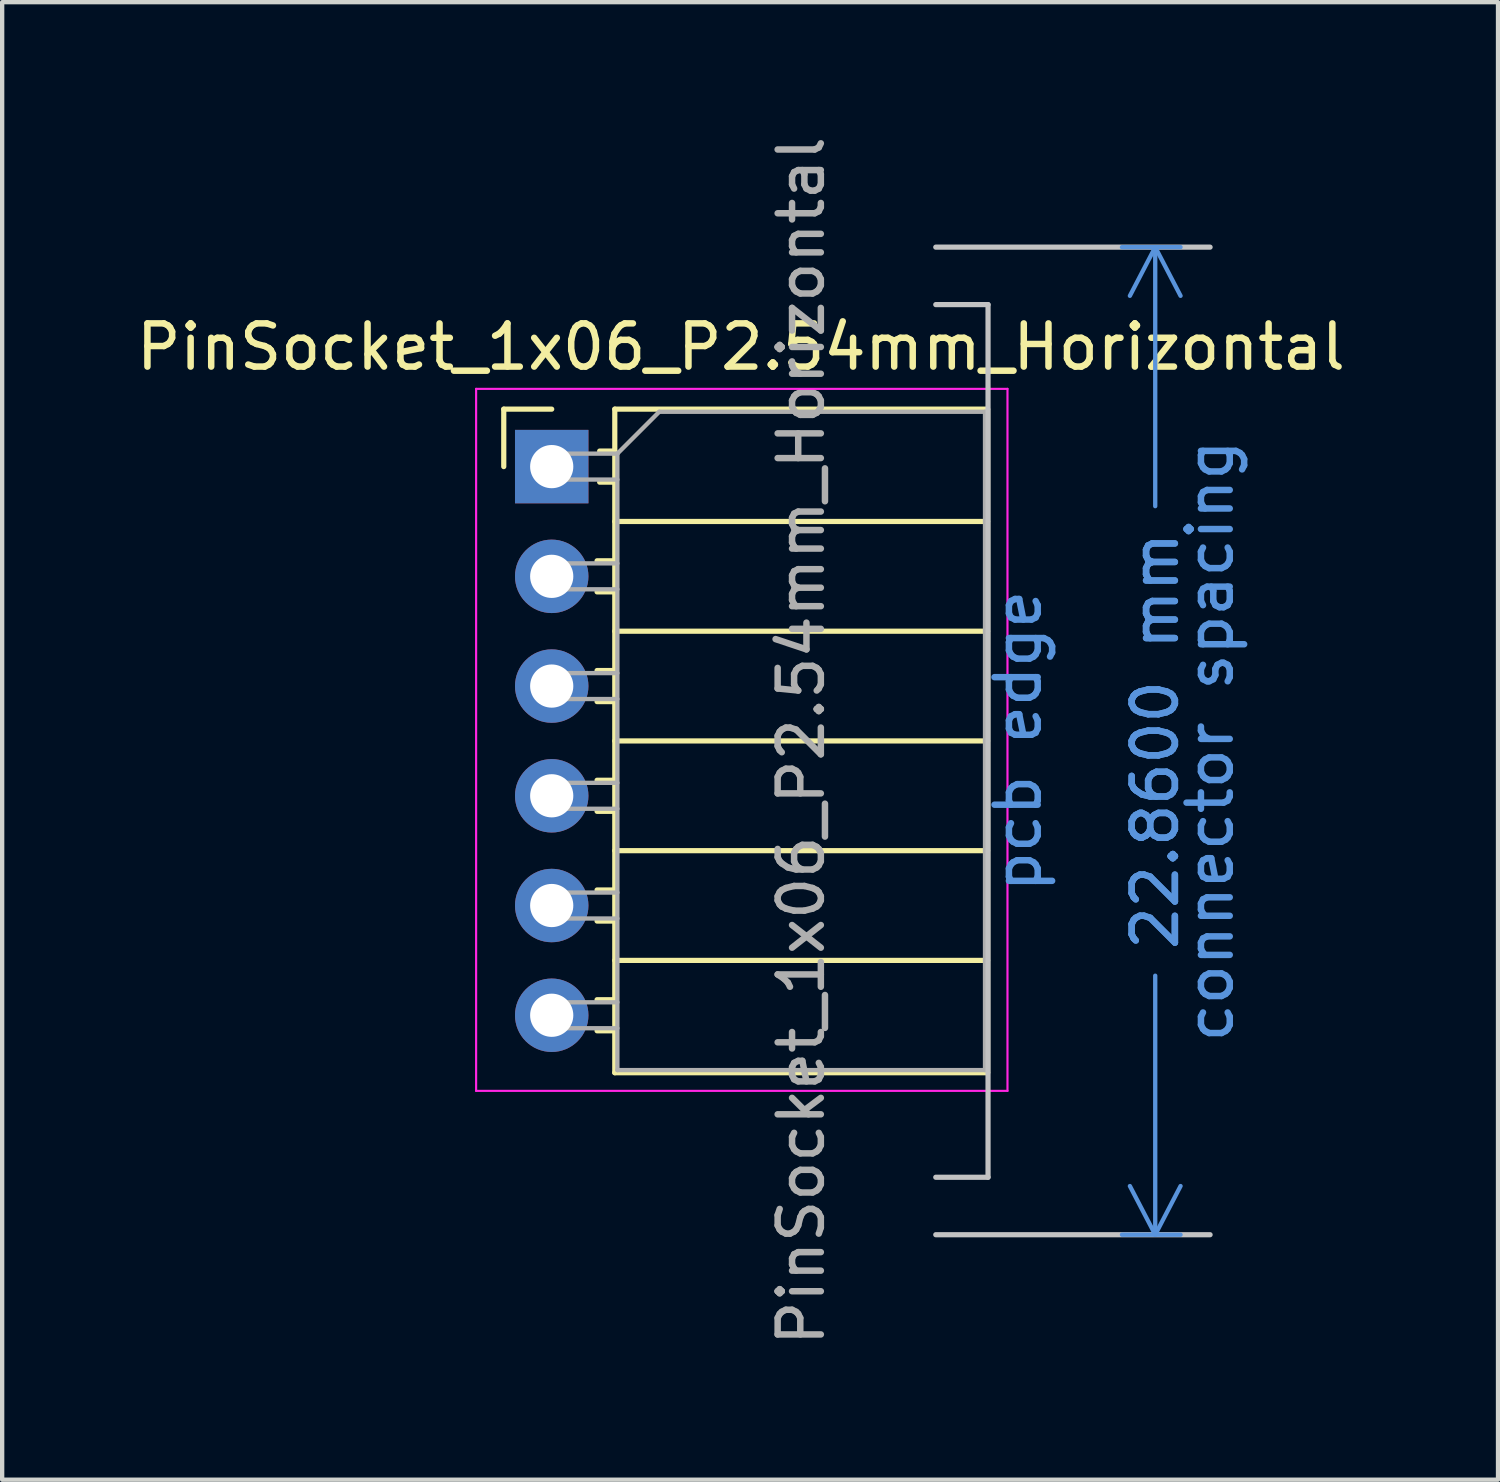
<source format=kicad_pcb>
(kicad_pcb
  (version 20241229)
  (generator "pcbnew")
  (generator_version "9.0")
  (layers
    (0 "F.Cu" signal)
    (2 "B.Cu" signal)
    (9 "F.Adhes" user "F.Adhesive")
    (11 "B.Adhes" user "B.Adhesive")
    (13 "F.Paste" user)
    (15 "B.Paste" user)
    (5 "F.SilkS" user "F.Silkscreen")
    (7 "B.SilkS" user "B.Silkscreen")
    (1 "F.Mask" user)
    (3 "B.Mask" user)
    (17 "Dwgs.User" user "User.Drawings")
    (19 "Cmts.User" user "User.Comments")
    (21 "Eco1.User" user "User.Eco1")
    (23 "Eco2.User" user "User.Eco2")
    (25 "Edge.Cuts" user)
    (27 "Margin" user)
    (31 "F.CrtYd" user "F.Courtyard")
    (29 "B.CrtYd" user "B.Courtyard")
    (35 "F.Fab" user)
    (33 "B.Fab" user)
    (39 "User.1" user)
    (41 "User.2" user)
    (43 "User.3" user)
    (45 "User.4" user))
  (footprint "PinSocket_1x06_P2.54mm_Horizontal"
    (layer "F.Cu")
    (at 9.721 7.751)
    (property "Reference" "PinSocket_1x06_P2.54mm_Horizontal" (at 4.38 -2.77 0) (layer "F.SilkS") (effects (font (size 1 1) (thickness 0.15))))
    (attr through_hole)
    (fp_line (start -1.11 -1.33) (end -1.11 0) (stroke (width 0.12) (type solid)) (layer "F.SilkS"))
    (fp_line (start 0 -1.33) (end -1.11 -1.33) (stroke (width 0.12) (type solid)) (layer "F.SilkS"))
    (fp_line (start 1.46 -1.33) (end 1.46 14.03) (stroke (width 0.12) (type solid)) (layer "F.SilkS"))
    (fp_line (start 1.46 -0.36) (end 1.11 -0.36) (stroke (width 0.12) (type solid)) (layer "F.SilkS"))
    (fp_line (start 1.46 0.36) (end 1.11 0.36) (stroke (width 0.12) (type solid)) (layer "F.SilkS"))
    (fp_line (start 1.46 2.18) (end 1.05 2.18) (stroke (width 0.12) (type solid)) (layer "F.SilkS"))
    (fp_line (start 1.46 2.9) (end 1.05 2.9) (stroke (width 0.12) (type solid)) (layer "F.SilkS"))
    (fp_line (start 1.46 4.72) (end 1.05 4.72) (stroke (width 0.12) (type solid)) (layer "F.SilkS"))
    (fp_line (start 1.46 5.44) (end 1.05 5.44) (stroke (width 0.12) (type solid)) (layer "F.SilkS"))
    (fp_line (start 1.46 7.26) (end 1.05 7.26) (stroke (width 0.12) (type solid)) (layer "F.SilkS"))
    (fp_line (start 1.46 7.98) (end 1.05 7.98) (stroke (width 0.12) (type solid)) (layer "F.SilkS"))
    (fp_line (start 1.46 9.8) (end 1.05 9.8) (stroke (width 0.12) (type solid)) (layer "F.SilkS"))
    (fp_line (start 1.46 10.52) (end 1.05 10.52) (stroke (width 0.12) (type solid)) (layer "F.SilkS"))
    (fp_line (start 1.46 12.34) (end 1.05 12.34) (stroke (width 0.12) (type solid)) (layer "F.SilkS"))
    (fp_line (start 1.46 13.06) (end 1.05 13.06) (stroke (width 0.12) (type solid)) (layer "F.SilkS"))
    (fp_line (start 10.09 -1.33) (end 1.46 -1.33) (stroke (width 0.12) (type solid)) (layer "F.SilkS"))
    (fp_line (start 10.09 -1.33) (end 10.09 14.03) (stroke (width 0.12) (type solid)) (layer "F.SilkS"))
    (fp_line (start 10.09 1.27) (end 1.46 1.27) (stroke (width 0.12) (type solid)) (layer "F.SilkS"))
    (fp_line (start 10.09 3.81) (end 1.46 3.81) (stroke (width 0.12) (type solid)) (layer "F.SilkS"))
    (fp_line (start 10.09 6.35) (end 1.46 6.35) (stroke (width 0.12) (type solid)) (layer "F.SilkS"))
    (fp_line (start 10.09 8.89) (end 1.46 8.89) (stroke (width 0.12) (type solid)) (layer "F.SilkS"))
    (fp_line (start 10.09 11.43) (end 1.46 11.43) (stroke (width 0.12) (type solid)) (layer "F.SilkS"))
    (fp_line (start 10.09 14.03) (end 1.46 14.03) (stroke (width 0.12) (type solid)) (layer "F.SilkS"))
    (fp_line (start 8.89 -5.08) (end 15.24 -5.08) (stroke (width 0.12) (type default)) (layer "Dwgs.User"))
    (fp_line (start 8.89 16.45) (end 10.1 16.45) (stroke (width 0.12) (type default)) (layer "Dwgs.User"))
    (fp_line (start 8.89 17.78) (end 15.24 17.78) (stroke (width 0.12) (type default)) (layer "Dwgs.User"))
    (fp_line (start 10.1 -3.75) (end 8.89 -3.75) (stroke (width 0.12) (type default)) (layer "Dwgs.User"))
    (fp_line (start 10.1 -3.75) (end 10.1 16.45) (stroke (width 0.12) (type default)) (layer "Dwgs.User"))
    (fp_line (start -1.75 -1.8) (end 10.55 -1.8) (stroke (width 0.05) (type solid)) (layer "F.CrtYd"))
    (fp_line (start -1.75 14.45) (end -1.75 -1.8) (stroke (width 0.05) (type solid)) (layer "F.CrtYd"))
    (fp_line (start 10.55 -1.8) (end 10.55 14.45) (stroke (width 0.05) (type solid)) (layer "F.CrtYd"))
    (fp_line (start 10.55 14.45) (end -1.75 14.45) (stroke (width 0.05) (type solid)) (layer "F.CrtYd"))
    (fp_line (start 0 -0.3) (end 1.52 -0.3) (stroke (width 0.1) (type solid)) (layer "F.Fab"))
    (fp_line (start 0 0.3) (end 0 -0.3) (stroke (width 0.1) (type solid)) (layer "F.Fab"))
    (fp_line (start 0 2.24) (end 1.52 2.24) (stroke (width 0.1) (type solid)) (layer "F.Fab"))
    (fp_line (start 0 2.84) (end 0 2.24) (stroke (width 0.1) (type solid)) (layer "F.Fab"))
    (fp_line (start 0 4.78) (end 1.52 4.78) (stroke (width 0.1) (type solid)) (layer "F.Fab"))
    (fp_line (start 0 5.38) (end 0 4.78) (stroke (width 0.1) (type solid)) (layer "F.Fab"))
    (fp_line (start 0 7.32) (end 1.52 7.32) (stroke (width 0.1) (type solid)) (layer "F.Fab"))
    (fp_line (start 0 7.92) (end 0 7.32) (stroke (width 0.1) (type solid)) (layer "F.Fab"))
    (fp_line (start 0 9.86) (end 1.52 9.86) (stroke (width 0.1) (type solid)) (layer "F.Fab"))
    (fp_line (start 0 10.46) (end 0 9.86) (stroke (width 0.1) (type solid)) (layer "F.Fab"))
    (fp_line (start 0 12.4) (end 1.52 12.4) (stroke (width 0.1) (type solid)) (layer "F.Fab"))
    (fp_line (start 0 13) (end 0 12.4) (stroke (width 0.1) (type solid)) (layer "F.Fab"))
    (fp_line (start 1.52 -0.3) (end 1.52 13.97) (stroke (width 0.1) (type solid)) (layer "F.Fab"))
    (fp_line (start 1.52 0.3) (end 0 0.3) (stroke (width 0.1) (type solid)) (layer "F.Fab"))
    (fp_line (start 1.52 2.84) (end 0 2.84) (stroke (width 0.1) (type solid)) (layer "F.Fab"))
    (fp_line (start 1.52 5.38) (end 0 5.38) (stroke (width 0.1) (type solid)) (layer "F.Fab"))
    (fp_line (start 1.52 7.92) (end 0 7.92) (stroke (width 0.1) (type solid)) (layer "F.Fab"))
    (fp_line (start 1.52 10.46) (end 0 10.46) (stroke (width 0.1) (type solid)) (layer "F.Fab"))
    (fp_line (start 1.52 13) (end 0 13) (stroke (width 0.1) (type solid)) (layer "F.Fab"))
    (fp_line (start 1.52 13.97) (end 10.03 13.97) (stroke (width 0.1) (type solid)) (layer "F.Fab"))
    (fp_line (start 2.49 -1.27) (end 1.52 -0.3) (stroke (width 0.1) (type solid)) (layer "F.Fab"))
    (fp_line (start 10.03 -1.27) (end 2.49 -1.27) (stroke (width 0.1) (type solid)) (layer "F.Fab"))
    (fp_line (start 10.03 13.97) (end 10.03 -1.27) (stroke (width 0.1) (type solid)) (layer "F.Fab"))
    (fp_text user "pcb edge" (at 10.795 6.35 90) (layer "Cmts.User") (effects (font (size 1 1) (thickness 0.15))))
    (fp_text user "connector spacing" (at 15.24 6.35 90) (layer "Cmts.User") (effects (font (size 1 1) (thickness 0.15))))
    (fp_text user "${REFERENCE}" (at 5.775 6.35 90) (layer "F.Fab") (effects (font (size 1 1) (thickness 0.15))))
    (dimension (type aligned) (layer "Cmts.User") (pts (xy 22.421 2.671) (xy 22.421 25.531)) (height -1.27) (format (prefix "") (suffix "") (units 3) (units_format 1) (precision 4)) (style (thickness 0.1) (arrow_length 1.27) (text_position_mode 1) (arrow_direction outward) (extension_height 0.586) (extension_offset 0.5) (keep_text_aligned yes)) (gr_text "22.8600 mm" (at 23.691 14.101 90) (layer "Cmts.User") (effects (font (size 1 1) (thickness 0.15)))))
    (pad "1" thru_hole rect (at 0 0) (size 1.7 1.7) (drill 1) (layers "*.Cu" "*.Mask"))
    (pad "2" thru_hole oval (at 0 2.54) (size 1.7 1.7) (drill 1) (layers "*.Cu" "*.Mask"))
    (pad "3" thru_hole oval (at 0 5.08) (size 1.7 1.7) (drill 1) (layers "*.Cu" "*.Mask"))
    (pad "4" thru_hole oval (at 0 7.62) (size 1.7 1.7) (drill 1) (layers "*.Cu" "*.Mask"))
    (pad "5" thru_hole oval (at 0 10.16) (size 1.7 1.7) (drill 1) (layers "*.Cu" "*.Mask"))
    (pad "6" thru_hole oval (at 0 12.7) (size 1.7 1.7) (drill 1) (layers "*.Cu" "*.Mask")))
  (gr_rect
    (start -3 -3)
    (end 31.626 31.202)
    (stroke (width 0.1) (type default))
    (fill no)
    (layer "Edge.Cuts")))
</source>
